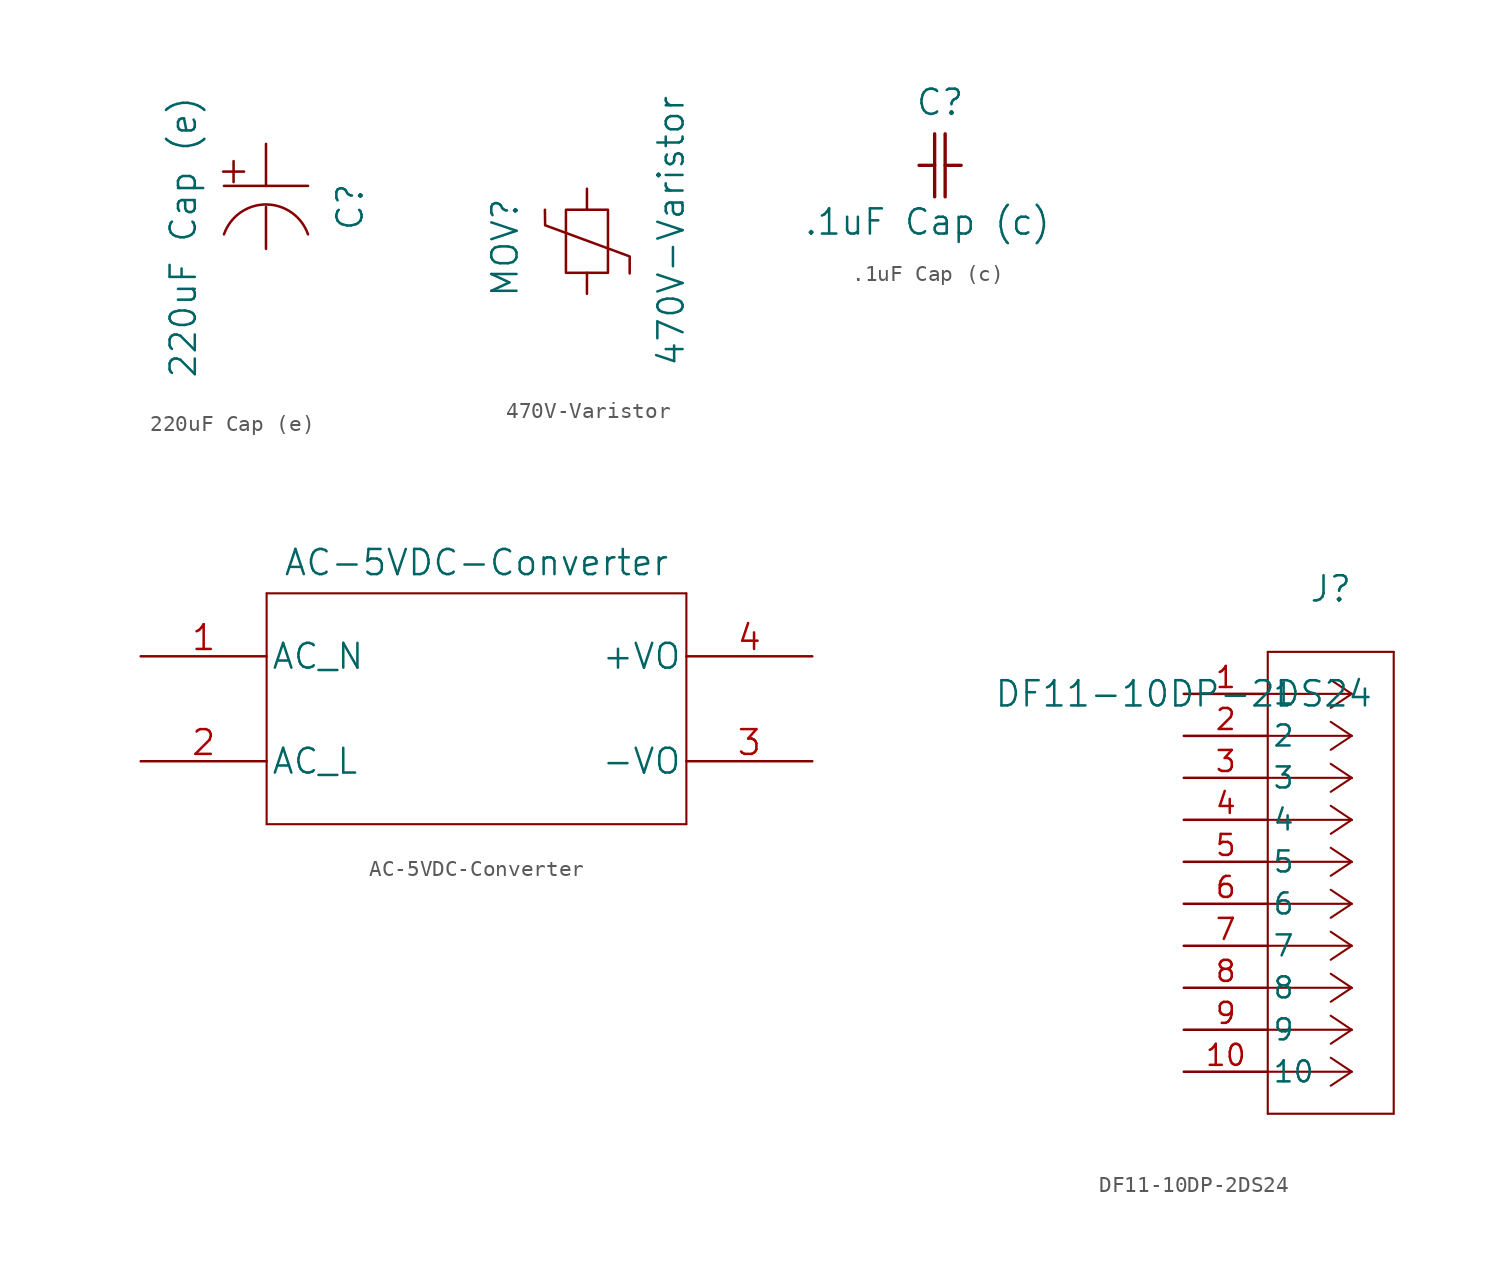
<source format=kicad_sym>
(kicad_symbol_lib
  (version 20231120)
  (generator "kicad_symbol_editor")
  (generator_version "8.0")
  (symbol "220uF Cap (e)"
    (pin_numbers hide)
    (pin_names
      (offset 1.651) hide)
    (property "Reference" "C"
      (at 13.97 -3.81 90)
      (effects (font (size 1.524 1.524))))
    (property "Value" "220uF Cap (e)"
      (at 3.889 -5.645 90)
      (effects (font (size 1.524 1.524))))
    (property "Datasheet" ""
      (at -1.191 -0.565 90)
      (effects (font (size 1.524 1.524))))
    (symbol "220uF Cap (e)_0_1"
      (polyline (pts (xy 6.295 -1.677) (xy 7.565 -1.677)) (stroke (width 0) (type solid)) (fill (type none)))
      (polyline (pts (xy 6.93 -1.042) (xy 6.93 -2.312)) (stroke (width 0) (type solid)) (fill (type none)))
      (polyline (pts (xy 11.43 -2.54) (xy 6.35 -2.54)) (stroke (width 0) (type solid)) (fill (type none)))
      (arc (start 11.43 -5.4716) (mid 8.89 -3.6624) (end 6.35 -5.4716) (stroke (width 0) (type solid)) (fill (type none))))
    (symbol "220uF Cap (e)_1_1"
      (pin unspecified line (at 8.89 0 270) (length 2.54) (name "" (effects (font (size 1.499 1.499)))) (number "1" (effects (font (size 1.499 1.499)))))
      (pin unspecified line (at 8.89 -6.35 90) (length 2.54) (name "" (effects (font (size 1.499 1.499)))) (number "2" (effects (font (size 1.499 1.499)))))))
  (symbol "470V-Varistor"
    (pin_numbers hide)
    (pin_names hide)
    (property "Reference" "MOV"
      (at -2.413 -3.556 90)
      (effects (font (size 1.524 1.524))))
    (property "Value" "470V-Varistor"
      (at 7.62 -2.54 90)
      (effects (font (size 1.524 1.524))))
    (property "Datasheet" ""
      (at 3.81 -5.08 90)
      (effects (font (size 1.524 1.524))))
    (symbol "470V-Varistor_0_1"
      (polyline (pts (xy 0 -1.27) (xy 0.013 -2.208) (xy 5.122 -4.09) (xy 5.122 -5.119)) (stroke (width 0) (type default)) (fill (type none)))
      (rectangle (start 1.27 -1.27) (end 3.81 -5.08) (stroke (width 0) (type solid)) (fill (type none))))
    (symbol "470V-Varistor_1_1"
      (pin unspecified line (at 2.54 -6.35 90) (length 1.27) (name "1" (effects (font (size 1.499 1.499)))) (number "1" (effects (font (size 1.499 1.499)))))
      (pin unspecified line (at 2.54 0 270) (length 1.27) (name "2" (effects (font (size 1.499 1.499)))) (number "2" (effects (font (size 1.499 1.499)))))))
  (symbol ".1uF Cap (c)"
    (pin_numbers hide)
    (pin_names
      (offset 1.651) hide)
    (property "Reference" "C"
      (at 3.81 3.81 0)
      (effects (font (size 1.524 1.524))))
    (property "Value" ".1uF Cap (c)"
      (at 3.048 -3.429 0)
      (effects (font (size 1.524 1.524))))
    (property "Datasheet" ""
      (at 0 0 0)
      (effects (font (size 1.524 1.524))))
    (symbol ".1uF Cap (c)_1_1"
      (polyline (pts (xy 2.54 0) (xy 3.48 0)) (stroke (width 0.203) (type solid)) (fill (type none)))
      (polyline (pts (xy 3.48 -1.905) (xy 3.48 1.905)) (stroke (width 0.203) (type solid)) (fill (type none)))
      (polyline (pts (xy 4.115 -1.905) (xy 4.115 1.905)) (stroke (width 0.203) (type solid)) (fill (type none)))
      (polyline (pts (xy 4.115 0) (xy 5.08 0)) (stroke (width 0.203) (type solid)) (fill (type none)))
      (pin unspecified line (at 2.54 0 0) (length 0) (name "1" (effects (font (size 1.499 1.499)))) (number "1" (effects (font (size 1.499 1.499)))))
      (pin unspecified line (at 5.08 0 180) (length 0) (name "2" (effects (font (size 1.499 1.499)))) (number "2" (effects (font (size 1.499 1.499)))))))
  (symbol "AC-5VDC-Converter"
    (pin_names
      (offset 0.254))
    (property "Reference" "u1"
      (at 20.32 9.774 0)
      (effects (font (size 1.524 1.524)) (hide yes)))
    (property "Value" "AC-5VDC-Converter"
      (at 20.32 6.941 0)
      (effects (font (size 1.524 1.524))))
    (property "Datasheet" ""
      (at 0 0 0)
      (effects (font (size 1.524 1.524))))
    (symbol "AC-5VDC-Converter_1_1"
      (polyline (pts (xy 7.62 -8.89) (xy 33.02 -8.89)) (stroke (width 0.127) (type solid)) (fill (type none)))
      (polyline (pts (xy 7.62 5.08) (xy 7.62 -8.89)) (stroke (width 0.127) (type solid)) (fill (type none)))
      (polyline (pts (xy 33.02 -8.89) (xy 33.02 5.08)) (stroke (width 0.127) (type solid)) (fill (type none)))
      (polyline (pts (xy 33.02 5.08) (xy 7.62 5.08)) (stroke (width 0.127) (type solid)) (fill (type none)))
      (pin unspecified line (at 0 1.27 0) (length 7.62) (name "AC_N" (effects (font (size 1.499 1.499)))) (number "1" (effects (font (size 1.499 1.499)))))
      (pin unspecified line (at 0 -5.08 0) (length 7.62) (name "AC_L" (effects (font (size 1.499 1.499)))) (number "2" (effects (font (size 1.499 1.499)))))
      (pin power_in line (at 40.64 -5.08 180) (length 7.62) (name "-VO" (effects (font (size 1.499 1.499)))) (number "3" (effects (font (size 1.499 1.499)))))
      (pin power_in line (at 40.64 1.27 180) (length 7.62) (name "+VO" (effects (font (size 1.499 1.499)))) (number "4" (effects (font (size 1.499 1.499)))))))
  (symbol "DF11-10DP-2DS24"
    (pin_names
      (offset 0.254))
    (property "Reference" "J"
      (at 8.89 6.35 0)
      (effects (font (size 1.524 1.524))))
    (property "Value" "DF11-10DP-2DS24"
      (at 0 0 0)
      (effects (font (size 1.524 1.524))))
    (symbol "DF11-10DP-2DS24_0_1"
      (polyline (pts (xy 10.16 0) (xy 5.08 0)) (stroke (width 0.127) (type default) (color 0 0 0 0)) (fill (type none)))
      (polyline (pts (xy 10.16 -2.54) (xy 5.08 -2.54)) (stroke (width 0.127) (type default) (color 0 0 0 0)) (fill (type none)))
      (polyline (pts (xy 10.16 -5.08) (xy 5.08 -5.08)) (stroke (width 0.127) (type default) (color 0 0 0 0)) (fill (type none)))
      (polyline (pts (xy 10.16 -7.62) (xy 5.08 -7.62)) (stroke (width 0.127) (type default) (color 0 0 0 0)) (fill (type none)))
      (polyline (pts (xy 10.16 -10.16) (xy 5.08 -10.16)) (stroke (width 0.127) (type default) (color 0 0 0 0)) (fill (type none)))
      (polyline (pts (xy 10.16 -12.7) (xy 5.08 -12.7)) (stroke (width 0.127) (type default) (color 0 0 0 0)) (fill (type none)))
      (polyline (pts (xy 10.16 -15.24) (xy 5.08 -15.24)) (stroke (width 0.127) (type default) (color 0 0 0 0)) (fill (type none)))
      (polyline (pts (xy 10.16 -17.78) (xy 5.08 -17.78)) (stroke (width 0.127) (type default) (color 0 0 0 0)) (fill (type none)))
      (polyline (pts (xy 10.16 -20.32) (xy 5.08 -20.32)) (stroke (width 0.127) (type default) (color 0 0 0 0)) (fill (type none)))
      (polyline (pts (xy 10.16 -22.86) (xy 5.08 -22.86)) (stroke (width 0.127) (type default) (color 0 0 0 0)) (fill (type none)))
      (polyline (pts (xy 10.16 0) (xy 8.89 0.847)) (stroke (width 0.127) (type default) (color 0 0 0 0)) (fill (type none)))
      (polyline (pts (xy 10.16 -2.54) (xy 8.89 -1.693)) (stroke (width 0.127) (type default) (color 0 0 0 0)) (fill (type none)))
      (polyline (pts (xy 10.16 -5.08) (xy 8.89 -4.233)) (stroke (width 0.127) (type default) (color 0 0 0 0)) (fill (type none)))
      (polyline (pts (xy 10.16 -7.62) (xy 8.89 -6.773)) (stroke (width 0.127) (type default) (color 0 0 0 0)) (fill (type none)))
      (polyline (pts (xy 10.16 -10.16) (xy 8.89 -9.313)) (stroke (width 0.127) (type default) (color 0 0 0 0)) (fill (type none)))
      (polyline (pts (xy 10.16 -12.7) (xy 8.89 -11.853)) (stroke (width 0.127) (type default) (color 0 0 0 0)) (fill (type none)))
      (polyline (pts (xy 10.16 -15.24) (xy 8.89 -14.393)) (stroke (width 0.127) (type default) (color 0 0 0 0)) (fill (type none)))
      (polyline (pts (xy 10.16 -17.78) (xy 8.89 -16.933)) (stroke (width 0.127) (type default) (color 0 0 0 0)) (fill (type none)))
      (polyline (pts (xy 10.16 -20.32) (xy 8.89 -19.473)) (stroke (width 0.127) (type default) (color 0 0 0 0)) (fill (type none)))
      (polyline (pts (xy 10.16 -22.86) (xy 8.89 -22.013)) (stroke (width 0.127) (type default) (color 0 0 0 0)) (fill (type none)))
      (polyline (pts (xy 10.16 0) (xy 8.89 -0.847)) (stroke (width 0.127) (type default) (color 0 0 0 0)) (fill (type none)))
      (polyline (pts (xy 10.16 -2.54) (xy 8.89 -3.387)) (stroke (width 0.127) (type default) (color 0 0 0 0)) (fill (type none)))
      (polyline (pts (xy 10.16 -5.08) (xy 8.89 -5.927)) (stroke (width 0.127) (type default) (color 0 0 0 0)) (fill (type none)))
      (polyline (pts (xy 10.16 -7.62) (xy 8.89 -8.467)) (stroke (width 0.127) (type default) (color 0 0 0 0)) (fill (type none)))
      (polyline (pts (xy 10.16 -10.16) (xy 8.89 -11.007)) (stroke (width 0.127) (type default) (color 0 0 0 0)) (fill (type none)))
      (polyline (pts (xy 10.16 -12.7) (xy 8.89 -13.547)) (stroke (width 0.127) (type default) (color 0 0 0 0)) (fill (type none)))
      (polyline (pts (xy 10.16 -15.24) (xy 8.89 -16.087)) (stroke (width 0.127) (type default) (color 0 0 0 0)) (fill (type none)))
      (polyline (pts (xy 10.16 -17.78) (xy 8.89 -18.627)) (stroke (width 0.127) (type default) (color 0 0 0 0)) (fill (type none)))
      (polyline (pts (xy 10.16 -20.32) (xy 8.89 -21.167)) (stroke (width 0.127) (type default) (color 0 0 0 0)) (fill (type none)))
      (polyline (pts (xy 10.16 -22.86) (xy 8.89 -23.707)) (stroke (width 0.127) (type default) (color 0 0 0 0)) (fill (type none)))
      (polyline (pts (xy 5.08 2.54) (xy 5.08 -25.4)) (stroke (width 0.127) (type default) (color 0 0 0 0)) (fill (type none)))
      (polyline (pts (xy 5.08 -25.4) (xy 12.7 -25.4)) (stroke (width 0.127) (type default) (color 0 0 0 0)) (fill (type none)))
      (polyline (pts (xy 12.7 -25.4) (xy 12.7 2.54)) (stroke (width 0.127) (type default) (color 0 0 0 0)) (fill (type none)))
      (polyline (pts (xy 12.7 2.54) (xy 5.08 2.54)) (stroke (width 0.127) (type default) (color 0 0 0 0)) (fill (type none)))
      (pin unspecified line (at 0 0 0) (length 5.08) (name "1" (effects (font (size 1.27 1.27)))) (number "1" (effects (font (size 1.27 1.27)))))
      (pin unspecified line (at 0 -2.54 0) (length 5.08) (name "2" (effects (font (size 1.27 1.27)))) (number "2" (effects (font (size 1.27 1.27)))))
      (pin unspecified line (at 0 -5.08 0) (length 5.08) (name "3" (effects (font (size 1.27 1.27)))) (number "3" (effects (font (size 1.27 1.27)))))
      (pin unspecified line (at 0 -7.62 0) (length 5.08) (name "4" (effects (font (size 1.27 1.27)))) (number "4" (effects (font (size 1.27 1.27)))))
      (pin unspecified line (at 0 -10.16 0) (length 5.08) (name "5" (effects (font (size 1.27 1.27)))) (number "5" (effects (font (size 1.27 1.27)))))
      (pin unspecified line (at 0 -12.7 0) (length 5.08) (name "6" (effects (font (size 1.27 1.27)))) (number "6" (effects (font (size 1.27 1.27)))))
      (pin unspecified line (at 0 -15.24 0) (length 5.08) (name "7" (effects (font (size 1.27 1.27)))) (number "7" (effects (font (size 1.27 1.27)))))
      (pin unspecified line (at 0 -17.78 0) (length 5.08) (name "8" (effects (font (size 1.27 1.27)))) (number "8" (effects (font (size 1.27 1.27)))))
      (pin unspecified line (at 0 -20.32 0) (length 5.08) (name "9" (effects (font (size 1.27 1.27)))) (number "9" (effects (font (size 1.27 1.27)))))
      (pin unspecified line (at 0 -22.86 0) (length 5.08) (name "10" (effects (font (size 1.27 1.27)))) (number "10" (effects (font (size 1.27 1.27))))))))
</source>
